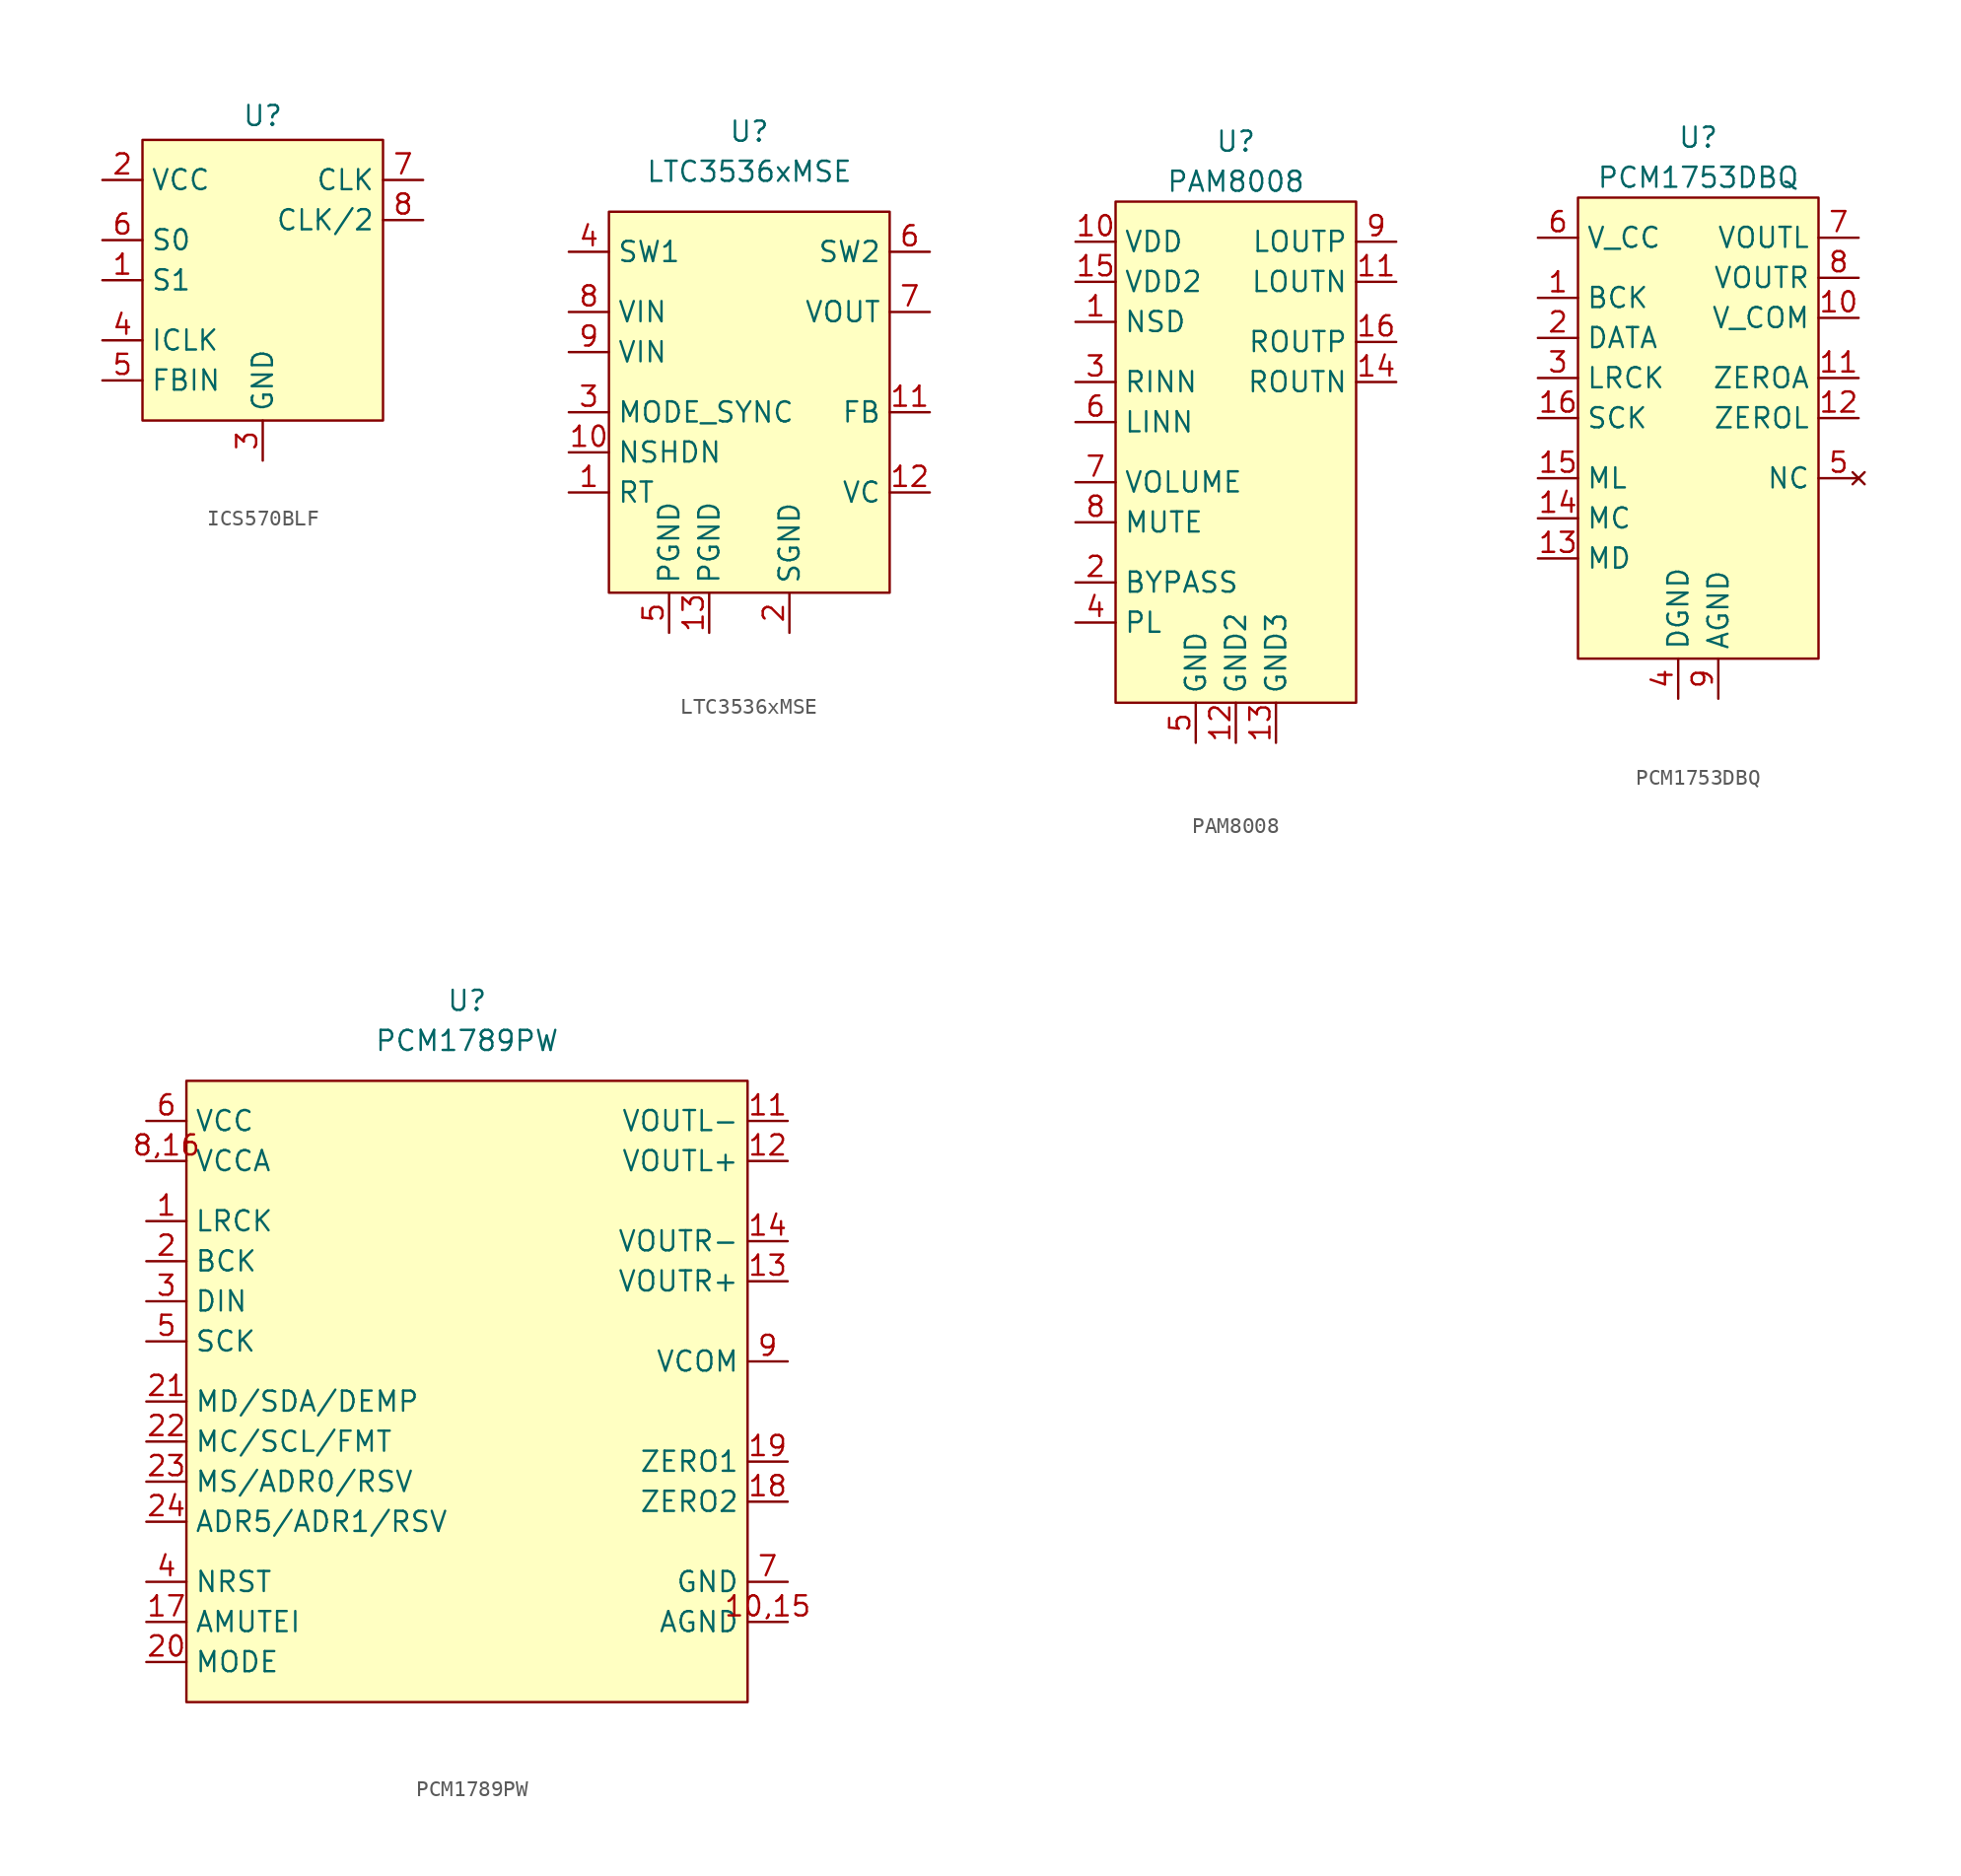
<source format=kicad_sym>
(kicad_symbol_lib
  (version 20241209)
  (generator "kicad_symbol_editor")
  (generator_version "9.0")
  (symbol "ICS570BLF"
    (property "Reference" "U"
      (at 0 1.524 0)
      (effects (font (size 1.27 1.27))))
    (property "Value" ""
      (at 0 0 0)
      (effects (font (size 1.27 1.27))))
    (symbol "ICS570BLF_1_1"
      (rectangle (start -7.62 0) (end 7.62 -17.78) (stroke (width 0) (type default)) (fill (type background)))
      (pin power_in line (at -10.16 -2.54 0) (length 2.54) (name "VCC" (effects (font (size 1.27 1.27)))) (number "2" (effects (font (size 1.27 1.27)))))
      (pin input line (at -10.16 -6.35 0) (length 2.54) (name "S0" (effects (font (size 1.27 1.27)))) (number "6" (effects (font (size 1.27 1.27)))))
      (pin input line (at -10.16 -8.89 0) (length 2.54) (name "S1" (effects (font (size 1.27 1.27)))) (number "1" (effects (font (size 1.27 1.27)))))
      (pin input line (at -10.16 -12.7 0) (length 2.54) (name "ICLK" (effects (font (size 1.27 1.27)))) (number "4" (effects (font (size 1.27 1.27)))))
      (pin input line (at -10.16 -15.24 0) (length 2.54) (name "FBIN" (effects (font (size 1.27 1.27)))) (number "5" (effects (font (size 1.27 1.27)))))
      (pin power_in line (at 0 -20.32 90) (length 2.54) (name "GND" (effects (font (size 1.27 1.27)))) (number "3" (effects (font (size 1.27 1.27)))))
      (pin output line (at 10.16 -2.54 180) (length 2.54) (name "CLK" (effects (font (size 1.27 1.27)))) (number "7" (effects (font (size 1.27 1.27)))))
      (pin output line (at 10.16 -5.08 180) (length 2.54) (name "CLK/2" (effects (font (size 1.27 1.27)))) (number "8" (effects (font (size 1.27 1.27)))))))
  (symbol "LTC3536xMSE"
    (property "Reference" "U"
      (at 0 0 0)
      (effects (font (size 1.27 1.27))))
    (property "Value" "LTC3536xMSE"
      (at 0 -2.54 0)
      (effects (font (size 1.27 1.27))))
    (symbol "LTC3536xMSE_1_1"
      (rectangle (start -8.89 -5.08) (end 8.89 -29.21) (stroke (width 0) (type default)) (fill (type background)))
      (pin input line (at -11.43 -7.62 0) (length 2.54) (name "SW1" (effects (font (size 1.27 1.27)))) (number "4" (effects (font (size 1.27 1.27)))))
      (pin power_in line (at -11.43 -11.43 0) (length 2.54) (name "VIN" (effects (font (size 1.27 1.27)))) (number "8" (effects (font (size 1.27 1.27)))))
      (pin power_in line (at -11.43 -13.97 0) (length 2.54) (name "VIN" (effects (font (size 1.27 1.27)))) (number "9" (effects (font (size 1.27 1.27)))))
      (pin input line (at -11.43 -17.78 0) (length 2.54) (name "MODE_SYNC" (effects (font (size 1.27 1.27)))) (number "3" (effects (font (size 1.27 1.27)))))
      (pin input line (at -11.43 -20.32 0) (length 2.54) (name "NSHDN" (effects (font (size 1.27 1.27)))) (number "10" (effects (font (size 1.27 1.27)))))
      (pin input line (at -11.43 -22.86 0) (length 2.54) (name "RT" (effects (font (size 1.27 1.27)))) (number "1" (effects (font (size 1.27 1.27)))))
      (pin power_in line (at -5.08 -31.75 90) (length 2.54) (name "PGND" (effects (font (size 1.27 1.27)))) (number "5" (effects (font (size 1.27 1.27)))))
      (pin power_in line (at -2.54 -31.75 90) (length 2.54) (name "PGND" (effects (font (size 1.27 1.27)))) (number "13" (effects (font (size 1.27 1.27)))))
      (pin power_in line (at 2.54 -31.75 90) (length 2.54) (name "SGND" (effects (font (size 1.27 1.27)))) (number "2" (effects (font (size 1.27 1.27)))))
      (pin input line (at 11.43 -7.62 180) (length 2.54) (name "SW2" (effects (font (size 1.27 1.27)))) (number "6" (effects (font (size 1.27 1.27)))))
      (pin power_out line (at 11.43 -11.43 180) (length 2.54) (name "VOUT" (effects (font (size 1.27 1.27)))) (number "7" (effects (font (size 1.27 1.27)))))
      (pin input line (at 11.43 -17.78 180) (length 2.54) (name "FB" (effects (font (size 1.27 1.27)))) (number "11" (effects (font (size 1.27 1.27)))))
      (pin input line (at 11.43 -22.86 180) (length 2.54) (name "VC" (effects (font (size 1.27 1.27)))) (number "12" (effects (font (size 1.27 1.27)))))))
  (symbol "PAM8008"
    (property "Reference" "U"
      (at 0 2.54 0)
      (effects (font (size 1.27 1.27))))
    (property "Value" "PAM8008"
      (at 0 0 0)
      (effects (font (size 1.27 1.27))))
    (symbol "PAM8008_1_1"
      (rectangle (start -7.62 -1.27) (end 7.62 -33.02) (stroke (width 0) (type default)) (fill (type background)))
      (pin power_in line (at -10.16 -3.81 0) (length 2.54) (name "VDD" (effects (font (size 1.27 1.27)))) (number "10" (effects (font (size 1.27 1.27)))))
      (pin power_in line (at -10.16 -6.35 0) (length 2.54) (name "VDD2" (effects (font (size 1.27 1.27)))) (number "15" (effects (font (size 1.27 1.27)))))
      (pin input line (at -10.16 -8.89 0) (length 2.54) (name "NSD" (effects (font (size 1.27 1.27)))) (number "1" (effects (font (size 1.27 1.27)))))
      (pin input line (at -10.16 -12.7 0) (length 2.54) (name "RINN" (effects (font (size 1.27 1.27)))) (number "3" (effects (font (size 1.27 1.27)))))
      (pin input line (at -10.16 -15.24 0) (length 2.54) (name "LINN" (effects (font (size 1.27 1.27)))) (number "6" (effects (font (size 1.27 1.27)))))
      (pin input line (at -10.16 -19.05 0) (length 2.54) (name "VOLUME" (effects (font (size 1.27 1.27)))) (number "7" (effects (font (size 1.27 1.27)))))
      (pin input line (at -10.16 -21.59 0) (length 2.54) (name "MUTE" (effects (font (size 1.27 1.27)))) (number "8" (effects (font (size 1.27 1.27)))))
      (pin input line (at -10.16 -25.4 0) (length 2.54) (name "BYPASS" (effects (font (size 1.27 1.27)))) (number "2" (effects (font (size 1.27 1.27)))))
      (pin input line (at -10.16 -27.94 0) (length 2.54) (name "PL" (effects (font (size 1.27 1.27)))) (number "4" (effects (font (size 1.27 1.27)))))
      (pin power_in line (at -2.54 -35.56 90) (length 2.54) (name "GND" (effects (font (size 1.27 1.27)))) (number "5" (effects (font (size 1.27 1.27)))))
      (pin power_in line (at 0 -35.56 90) (length 2.54) (name "GND2" (effects (font (size 1.27 1.27)))) (number "12" (effects (font (size 1.27 1.27)))))
      (pin power_in line (at 2.54 -35.56 90) (length 2.54) (name "GND3" (effects (font (size 1.27 1.27)))) (number "13" (effects (font (size 1.27 1.27)))))
      (pin output line (at 10.16 -3.81 180) (length 2.54) (name "LOUTP" (effects (font (size 1.27 1.27)))) (number "9" (effects (font (size 1.27 1.27)))))
      (pin output line (at 10.16 -6.35 180) (length 2.54) (name "LOUTN" (effects (font (size 1.27 1.27)))) (number "11" (effects (font (size 1.27 1.27)))))
      (pin output line (at 10.16 -10.16 180) (length 2.54) (name "ROUTP" (effects (font (size 1.27 1.27)))) (number "16" (effects (font (size 1.27 1.27)))))
      (pin output line (at 10.16 -12.7 180) (length 2.54) (name "ROUTN" (effects (font (size 1.27 1.27)))) (number "14" (effects (font (size 1.27 1.27)))))))
  (symbol "PCM1753DBQ"
    (property "Reference" "U"
      (at 0 2.54 0)
      (effects (font (size 1.27 1.27))))
    (property "Value" "PCM1753DBQ"
      (at 0 0 0)
      (effects (font (size 1.27 1.27))))
    (symbol "PCM1753DBQ_1_1"
      (rectangle (start -7.62 -1.27) (end 7.62 -30.48) (stroke (width 0) (type default)) (fill (type background)))
      (pin power_in line (at -10.16 -3.81 0) (length 2.54) (name "V_CC" (effects (font (size 1.27 1.27)))) (number "6" (effects (font (size 1.27 1.27)))))
      (pin input line (at -10.16 -7.62 0) (length 2.54) (name "BCK" (effects (font (size 1.27 1.27)))) (number "1" (effects (font (size 1.27 1.27)))))
      (pin input line (at -10.16 -10.16 0) (length 2.54) (name "DATA" (effects (font (size 1.27 1.27)))) (number "2" (effects (font (size 1.27 1.27)))))
      (pin input line (at -10.16 -12.7 0) (length 2.54) (name "LRCK" (effects (font (size 1.27 1.27)))) (number "3" (effects (font (size 1.27 1.27)))))
      (pin input line (at -10.16 -15.24 0) (length 2.54) (name "SCK" (effects (font (size 1.27 1.27)))) (number "16" (effects (font (size 1.27 1.27)))))
      (pin input line (at -10.16 -19.05 0) (length 2.54) (name "ML" (effects (font (size 1.27 1.27)))) (number "15" (effects (font (size 1.27 1.27)))))
      (pin input line (at -10.16 -21.59 0) (length 2.54) (name "MC" (effects (font (size 1.27 1.27)))) (number "14" (effects (font (size 1.27 1.27)))))
      (pin input line (at -10.16 -24.13 0) (length 2.54) (name "MD" (effects (font (size 1.27 1.27)))) (number "13" (effects (font (size 1.27 1.27)))))
      (pin input line (at -1.27 -33.02 90) (length 2.54) (name "DGND" (effects (font (size 1.27 1.27)))) (number "4" (effects (font (size 1.27 1.27)))))
      (pin input line (at 1.27 -33.02 90) (length 2.54) (name "AGND" (effects (font (size 1.27 1.27)))) (number "9" (effects (font (size 1.27 1.27)))))
      (pin output line (at 10.16 -3.81 180) (length 2.54) (name "VOUTL" (effects (font (size 1.27 1.27)))) (number "7" (effects (font (size 1.27 1.27)))))
      (pin output line (at 10.16 -6.35 180) (length 2.54) (name "VOUTR" (effects (font (size 1.27 1.27)))) (number "8" (effects (font (size 1.27 1.27)))))
      (pin power_out line (at 10.16 -8.89 180) (length 2.54) (name "V_COM" (effects (font (size 1.27 1.27)))) (number "10" (effects (font (size 1.27 1.27)))))
      (pin output line (at 10.16 -12.7 180) (length 2.54) (name "ZEROA" (effects (font (size 1.27 1.27)))) (number "11" (effects (font (size 1.27 1.27)))))
      (pin output line (at 10.16 -15.24 180) (length 2.54) (name "ZEROL" (effects (font (size 1.27 1.27)))) (number "12" (effects (font (size 1.27 1.27)))))
      (pin no_connect line (at 10.16 -19.05 180) (length 2.54) (name "NC" (effects (font (size 1.27 1.27)))) (number "5" (effects (font (size 1.27 1.27)))))))
  (symbol "PCM1789PW"
    (property "Reference" "U"
      (at 0 0 0)
      (effects (font (size 1.27 1.27))))
    (property "Value" "PCM1789PW"
      (at 0 -2.54 0)
      (effects (font (size 1.27 1.27))))
    (symbol "PCM1789PW_1_1"
      (rectangle (start -17.78 -5.08) (end 17.78 -44.45) (stroke (width 0) (type default)) (fill (type background)))
      (pin power_in line (at -20.32 -7.62 0) (length 2.54) (name "VCC" (effects (font (size 1.27 1.27)))) (number "6" (effects (font (size 1.27 1.27)))))
      (pin power_in line (at -20.32 -10.16 0) (length 2.54) (name "VCCA" (effects (font (size 1.27 1.27)))) (number "8,16" (effects (font (size 1.27 1.27)))))
      (pin input line (at -20.32 -13.97 0) (length 2.54) (name "LRCK" (effects (font (size 1.27 1.27)))) (number "1" (effects (font (size 1.27 1.27)))))
      (pin input line (at -20.32 -16.51 0) (length 2.54) (name "BCK" (effects (font (size 1.27 1.27)))) (number "2" (effects (font (size 1.27 1.27)))))
      (pin input line (at -20.32 -19.05 0) (length 2.54) (name "DIN" (effects (font (size 1.27 1.27)))) (number "3" (effects (font (size 1.27 1.27)))))
      (pin input line (at -20.32 -21.59 0) (length 2.54) (name "SCK" (effects (font (size 1.27 1.27)))) (number "5" (effects (font (size 1.27 1.27)))))
      (pin input line (at -20.32 -25.4 0) (length 2.54) (name "MD/SDA/DEMP" (effects (font (size 1.27 1.27)))) (number "21" (effects (font (size 1.27 1.27)))))
      (pin input line (at -20.32 -27.94 0) (length 2.54) (name "MC/SCL/FMT" (effects (font (size 1.27 1.27)))) (number "22" (effects (font (size 1.27 1.27)))))
      (pin input line (at -20.32 -30.48 0) (length 2.54) (name "MS/ADR0/RSV" (effects (font (size 1.27 1.27)))) (number "23" (effects (font (size 1.27 1.27)))))
      (pin input line (at -20.32 -33.02 0) (length 2.54) (name "ADR5/ADR1/RSV" (effects (font (size 1.27 1.27)))) (number "24" (effects (font (size 1.27 1.27)))))
      (pin input line (at -20.32 -36.83 0) (length 2.54) (name "NRST" (effects (font (size 1.27 1.27)))) (number "4" (effects (font (size 1.27 1.27)))))
      (pin input line (at -20.32 -39.37 0) (length 2.54) (name "AMUTEI" (effects (font (size 1.27 1.27)))) (number "17" (effects (font (size 1.27 1.27)))))
      (pin input line (at -20.32 -41.91 0) (length 2.54) (name "MODE" (effects (font (size 1.27 1.27)))) (number "20" (effects (font (size 1.27 1.27)))))
      (pin output line (at 20.32 -7.62 180) (length 2.54) (name "VOUTL-" (effects (font (size 1.27 1.27)))) (number "11" (effects (font (size 1.27 1.27)))))
      (pin output line (at 20.32 -10.16 180) (length 2.54) (name "VOUTL+" (effects (font (size 1.27 1.27)))) (number "12" (effects (font (size 1.27 1.27)))))
      (pin output line (at 20.32 -15.24 180) (length 2.54) (name "VOUTR-" (effects (font (size 1.27 1.27)))) (number "14" (effects (font (size 1.27 1.27)))))
      (pin output line (at 20.32 -17.78 180) (length 2.54) (name "VOUTR+" (effects (font (size 1.27 1.27)))) (number "13" (effects (font (size 1.27 1.27)))))
      (pin output line (at 20.32 -22.86 180) (length 2.54) (name "VCOM" (effects (font (size 1.27 1.27)))) (number "9" (effects (font (size 1.27 1.27)))))
      (pin output line (at 20.32 -29.21 180) (length 2.54) (name "ZERO1" (effects (font (size 1.27 1.27)))) (number "19" (effects (font (size 1.27 1.27)))))
      (pin output line (at 20.32 -31.75 180) (length 2.54) (name "ZERO2" (effects (font (size 1.27 1.27)))) (number "18" (effects (font (size 1.27 1.27)))))
      (pin power_in line (at 20.32 -36.83 180) (length 2.54) (name "GND" (effects (font (size 1.27 1.27)))) (number "7" (effects (font (size 1.27 1.27)))))
      (pin power_in line (at 20.32 -39.37 180) (length 2.54) (name "AGND" (effects (font (size 1.27 1.27)))) (number "10,15" (effects (font (size 1.27 1.27))))))))
</source>
